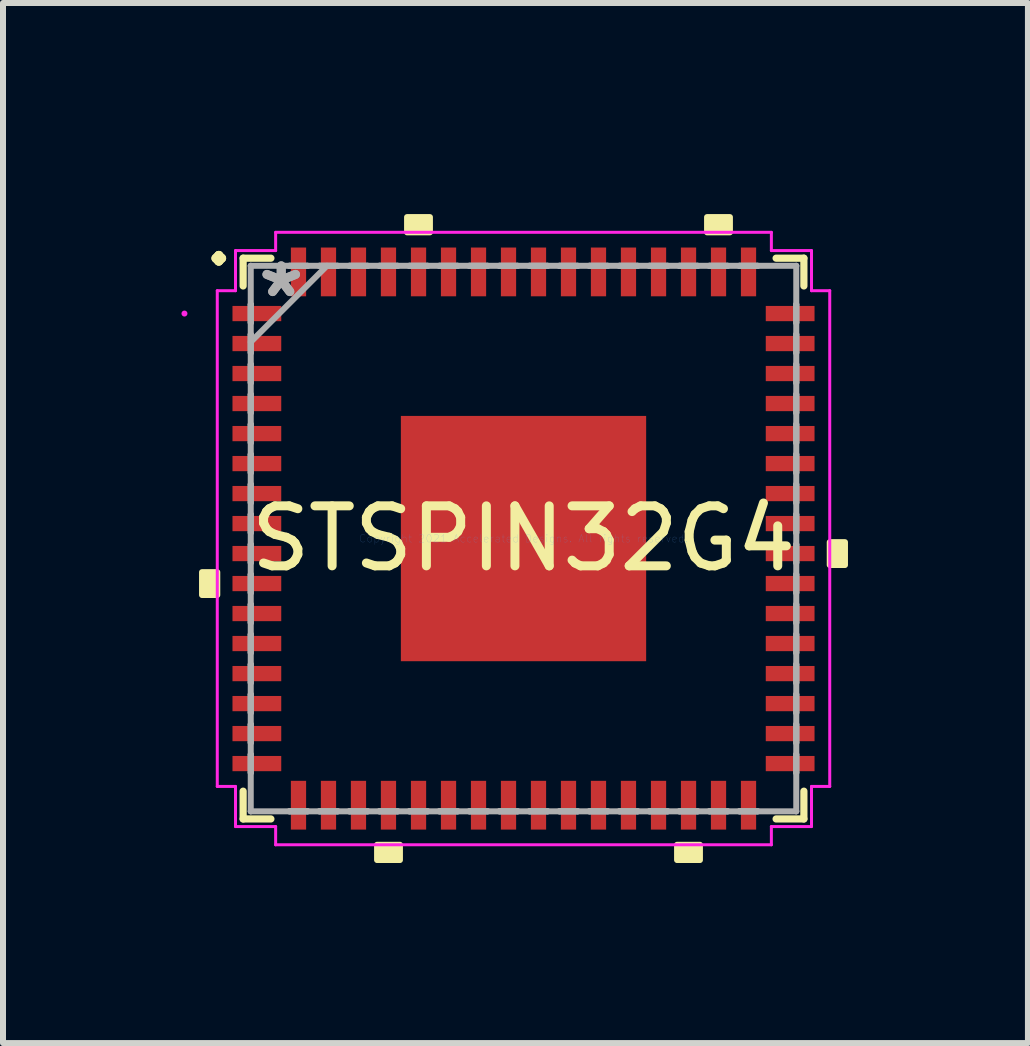
<source format=kicad_pcb>
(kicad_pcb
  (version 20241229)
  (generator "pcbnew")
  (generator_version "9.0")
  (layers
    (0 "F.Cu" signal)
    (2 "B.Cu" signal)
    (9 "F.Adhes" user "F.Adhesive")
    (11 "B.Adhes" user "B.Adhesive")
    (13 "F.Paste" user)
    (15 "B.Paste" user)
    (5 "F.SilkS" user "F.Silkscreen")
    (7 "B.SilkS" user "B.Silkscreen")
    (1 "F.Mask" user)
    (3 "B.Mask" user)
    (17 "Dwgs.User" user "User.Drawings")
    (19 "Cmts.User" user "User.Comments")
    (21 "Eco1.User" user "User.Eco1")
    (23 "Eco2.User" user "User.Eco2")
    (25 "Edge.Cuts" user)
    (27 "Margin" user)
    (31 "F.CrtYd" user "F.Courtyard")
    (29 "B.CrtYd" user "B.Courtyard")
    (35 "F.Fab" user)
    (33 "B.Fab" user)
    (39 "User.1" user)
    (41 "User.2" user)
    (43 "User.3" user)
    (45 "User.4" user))
  (footprint "STSPIN32G4"
    (layer "F.Cu")
    (at 5.677 5.928)
    (property "Reference" "STSPIN32G4" (at 0 0 0) (layer "F.SilkS") (effects (font (size 1 1) (thickness 0.15))))
    (attr through_hole)
    (fp_line (start -4.674 -4.674) (end -4.674 -4.211) (stroke (width 0.12) (type solid)) (layer "F.SilkS"))
    (fp_line (start -4.674 4.211) (end -4.674 4.674) (stroke (width 0.12) (type solid)) (layer "F.SilkS"))
    (fp_line (start -4.674 4.674) (end -4.211 4.674) (stroke (width 0.12) (type solid)) (layer "F.SilkS"))
    (fp_line (start -4.211 -4.674) (end -4.674 -4.674) (stroke (width 0.12) (type solid)) (layer "F.SilkS"))
    (fp_line (start 4.211 4.674) (end 4.674 4.674) (stroke (width 0.12) (type solid)) (layer "F.SilkS"))
    (fp_line (start 4.674 -4.674) (end 4.211 -4.674) (stroke (width 0.12) (type solid)) (layer "F.SilkS"))
    (fp_line (start 4.674 -4.211) (end 4.674 -4.674) (stroke (width 0.12) (type solid)) (layer "F.SilkS"))
    (fp_line (start 4.674 4.674) (end 4.674 4.211) (stroke (width 0.12) (type solid)) (layer "F.SilkS"))
    (fp_poly (pts (xy -5.359 0.56) (xy -5.359 0.941) (xy -5.105 0.941) (xy -5.105 0.56)) (stroke (width 0.1) (type solid)) (fill yes) (layer "F.SilkS"))
    (fp_poly (pts (xy -2.441 5.105) (xy -2.441 5.359) (xy -2.06 5.359) (xy -2.06 5.105)) (stroke (width 0.1) (type solid)) (fill yes) (layer "F.SilkS"))
    (fp_poly (pts (xy -1.941 -5.105) (xy -1.941 -5.359) (xy -1.56 -5.359) (xy -1.56 -5.105)) (stroke (width 0.1) (type solid)) (fill yes) (layer "F.SilkS"))
    (fp_poly (pts (xy 2.56 5.105) (xy 2.56 5.359) (xy 2.941 5.359) (xy 2.941 5.105)) (stroke (width 0.1) (type solid)) (fill yes) (layer "F.SilkS"))
    (fp_poly (pts (xy 3.06 -5.105) (xy 3.06 -5.359) (xy 3.441 -5.359) (xy 3.441 -5.105)) (stroke (width 0.1) (type solid)) (fill yes) (layer "F.SilkS"))
    (fp_poly (pts (xy 5.359 0.06) (xy 5.359 0.441) (xy 5.105 0.441) (xy 5.105 0.06)) (stroke (width 0.1) (type solid)) (fill yes) (layer "F.SilkS"))
    (fp_poly (pts (xy -1.945 -1.945) (xy -1.945 -0.782) (xy -0.782 -0.782) (xy -0.782 -1.945)) (stroke (width 0.1) (type solid)) (fill yes) (layer "F.Paste"))
    (fp_poly (pts (xy -1.945 -0.582) (xy -1.945 0.582) (xy -0.782 0.582) (xy -0.782 -0.582)) (stroke (width 0.1) (type solid)) (fill yes) (layer "F.Paste"))
    (fp_poly (pts (xy -1.945 0.782) (xy -1.945 1.945) (xy -0.782 1.945) (xy -0.782 0.782)) (stroke (width 0.1) (type solid)) (fill yes) (layer "F.Paste"))
    (fp_poly (pts (xy -0.582 -1.945) (xy -0.582 -0.782) (xy 0.582 -0.782) (xy 0.582 -1.945)) (stroke (width 0.1) (type solid)) (fill yes) (layer "F.Paste"))
    (fp_poly (pts (xy -0.582 -0.582) (xy -0.582 0.582) (xy 0.582 0.582) (xy 0.582 -0.582)) (stroke (width 0.1) (type solid)) (fill yes) (layer "F.Paste"))
    (fp_poly (pts (xy -0.582 0.782) (xy -0.582 1.945) (xy 0.582 1.945) (xy 0.582 0.782)) (stroke (width 0.1) (type solid)) (fill yes) (layer "F.Paste"))
    (fp_poly (pts (xy 0.782 -1.945) (xy 0.782 -0.782) (xy 1.945 -0.782) (xy 1.945 -1.945)) (stroke (width 0.1) (type solid)) (fill yes) (layer "F.Paste"))
    (fp_poly (pts (xy 0.782 -0.582) (xy 0.782 0.582) (xy 1.945 0.582) (xy 1.945 -0.582)) (stroke (width 0.1) (type solid)) (fill yes) (layer "F.Paste"))
    (fp_poly (pts (xy 0.782 0.782) (xy 0.782 1.945) (xy 1.945 1.945) (xy 1.945 0.782)) (stroke (width 0.1) (type solid)) (fill yes) (layer "F.Paste"))
    (fp_line (start -5.105 -4.132) (end -4.801 -4.132) (stroke (width 0.05) (type solid)) (layer "F.CrtYd"))
    (fp_line (start -5.105 4.132) (end -5.105 -4.132) (stroke (width 0.05) (type solid)) (layer "F.CrtYd"))
    (fp_line (start -4.801 -4.801) (end -4.132 -4.801) (stroke (width 0.05) (type solid)) (layer "F.CrtYd"))
    (fp_line (start -4.801 -4.132) (end -4.801 -4.801) (stroke (width 0.05) (type solid)) (layer "F.CrtYd"))
    (fp_line (start -4.801 4.132) (end -5.105 4.132) (stroke (width 0.05) (type solid)) (layer "F.CrtYd"))
    (fp_line (start -4.801 4.801) (end -4.801 4.132) (stroke (width 0.05) (type solid)) (layer "F.CrtYd"))
    (fp_line (start -4.132 -5.105) (end 4.132 -5.105) (stroke (width 0.05) (type solid)) (layer "F.CrtYd"))
    (fp_line (start -4.132 -4.801) (end -4.132 -5.105) (stroke (width 0.05) (type solid)) (layer "F.CrtYd"))
    (fp_line (start -4.132 4.801) (end -4.801 4.801) (stroke (width 0.05) (type solid)) (layer "F.CrtYd"))
    (fp_line (start -4.132 5.105) (end -4.132 4.801) (stroke (width 0.05) (type solid)) (layer "F.CrtYd"))
    (fp_line (start 4.132 -5.105) (end 4.132 -4.801) (stroke (width 0.05) (type solid)) (layer "F.CrtYd"))
    (fp_line (start 4.132 -4.801) (end 4.801 -4.801) (stroke (width 0.05) (type solid)) (layer "F.CrtYd"))
    (fp_line (start 4.132 4.801) (end 4.132 5.105) (stroke (width 0.05) (type solid)) (layer "F.CrtYd"))
    (fp_line (start 4.132 5.105) (end -4.132 5.105) (stroke (width 0.05) (type solid)) (layer "F.CrtYd"))
    (fp_line (start 4.801 -4.801) (end 4.801 -4.132) (stroke (width 0.05) (type solid)) (layer "F.CrtYd"))
    (fp_line (start 4.801 -4.132) (end 5.105 -4.132) (stroke (width 0.05) (type solid)) (layer "F.CrtYd"))
    (fp_line (start 4.801 4.132) (end 4.801 4.801) (stroke (width 0.05) (type solid)) (layer "F.CrtYd"))
    (fp_line (start 4.801 4.801) (end 4.132 4.801) (stroke (width 0.05) (type solid)) (layer "F.CrtYd"))
    (fp_line (start 5.105 -4.132) (end 5.105 4.132) (stroke (width 0.05) (type solid)) (layer "F.CrtYd"))
    (fp_line (start 5.105 4.132) (end 4.801 4.132) (stroke (width 0.05) (type solid)) (layer "F.CrtYd"))
    (fp_circle (center -5.652 -3.751) (end -5.652 -3.751) (stroke (width 0.05) (type solid)) (fill no) (layer "F.CrtYd"))
    (fp_line (start -4.547 -4.547) (end -4.547 -4.547) (stroke (width 0.1) (type solid)) (layer "F.Fab"))
    (fp_line (start -4.547 -4.547) (end -4.547 4.547) (stroke (width 0.1) (type solid)) (layer "F.Fab"))
    (fp_line (start -4.547 -3.903) (end -4.547 -3.903) (stroke (width 0.1) (type solid)) (layer "F.Fab"))
    (fp_line (start -4.547 -3.903) (end -4.547 -3.599) (stroke (width 0.1) (type solid)) (layer "F.Fab"))
    (fp_line (start -4.547 -3.599) (end -4.547 -3.903) (stroke (width 0.1) (type solid)) (layer "F.Fab"))
    (fp_line (start -4.547 -3.599) (end -4.547 -3.599) (stroke (width 0.1) (type solid)) (layer "F.Fab"))
    (fp_line (start -4.547 -3.403) (end -4.547 -3.403) (stroke (width 0.1) (type solid)) (layer "F.Fab"))
    (fp_line (start -4.547 -3.403) (end -4.547 -3.098) (stroke (width 0.1) (type solid)) (layer "F.Fab"))
    (fp_line (start -4.547 -3.277) (end -3.277 -4.547) (stroke (width 0.1) (type solid)) (layer "F.Fab"))
    (fp_line (start -4.547 -3.098) (end -4.547 -3.403) (stroke (width 0.1) (type solid)) (layer "F.Fab"))
    (fp_line (start -4.547 -3.098) (end -4.547 -3.098) (stroke (width 0.1) (type solid)) (layer "F.Fab"))
    (fp_line (start -4.547 -2.903) (end -4.547 -2.903) (stroke (width 0.1) (type solid)) (layer "F.Fab"))
    (fp_line (start -4.547 -2.903) (end -4.547 -2.598) (stroke (width 0.1) (type solid)) (layer "F.Fab"))
    (fp_line (start -4.547 -2.598) (end -4.547 -2.903) (stroke (width 0.1) (type solid)) (layer "F.Fab"))
    (fp_line (start -4.547 -2.598) (end -4.547 -2.598) (stroke (width 0.1) (type solid)) (layer "F.Fab"))
    (fp_line (start -4.547 -2.403) (end -4.547 -2.403) (stroke (width 0.1) (type solid)) (layer "F.Fab"))
    (fp_line (start -4.547 -2.403) (end -4.547 -2.098) (stroke (width 0.1) (type solid)) (layer "F.Fab"))
    (fp_line (start -4.547 -2.098) (end -4.547 -2.403) (stroke (width 0.1) (type solid)) (layer "F.Fab"))
    (fp_line (start -4.547 -2.098) (end -4.547 -2.098) (stroke (width 0.1) (type solid)) (layer "F.Fab"))
    (fp_line (start -4.547 -1.903) (end -4.547 -1.903) (stroke (width 0.1) (type solid)) (layer "F.Fab"))
    (fp_line (start -4.547 -1.903) (end -4.547 -1.598) (stroke (width 0.1) (type solid)) (layer "F.Fab"))
    (fp_line (start -4.547 -1.598) (end -4.547 -1.903) (stroke (width 0.1) (type solid)) (layer "F.Fab"))
    (fp_line (start -4.547 -1.598) (end -4.547 -1.598) (stroke (width 0.1) (type solid)) (layer "F.Fab"))
    (fp_line (start -4.547 -1.403) (end -4.547 -1.403) (stroke (width 0.1) (type solid)) (layer "F.Fab"))
    (fp_line (start -4.547 -1.403) (end -4.547 -1.098) (stroke (width 0.1) (type solid)) (layer "F.Fab"))
    (fp_line (start -4.547 -1.098) (end -4.547 -1.403) (stroke (width 0.1) (type solid)) (layer "F.Fab"))
    (fp_line (start -4.547 -1.098) (end -4.547 -1.098) (stroke (width 0.1) (type solid)) (layer "F.Fab"))
    (fp_line (start -4.547 -0.903) (end -4.547 -0.903) (stroke (width 0.1) (type solid)) (layer "F.Fab"))
    (fp_line (start -4.547 -0.903) (end -4.547 -0.598) (stroke (width 0.1) (type solid)) (layer "F.Fab"))
    (fp_line (start -4.547 -0.598) (end -4.547 -0.903) (stroke (width 0.1) (type solid)) (layer "F.Fab"))
    (fp_line (start -4.547 -0.598) (end -4.547 -0.598) (stroke (width 0.1) (type solid)) (layer "F.Fab"))
    (fp_line (start -4.547 -0.402) (end -4.547 -0.402) (stroke (width 0.1) (type solid)) (layer "F.Fab"))
    (fp_line (start -4.547 -0.402) (end -4.547 -0.098) (stroke (width 0.1) (type solid)) (layer "F.Fab"))
    (fp_line (start -4.547 -0.098) (end -4.547 -0.402) (stroke (width 0.1) (type solid)) (layer "F.Fab"))
    (fp_line (start -4.547 -0.098) (end -4.547 -0.098) (stroke (width 0.1) (type solid)) (layer "F.Fab"))
    (fp_line (start -4.547 0.098) (end -4.547 0.098) (stroke (width 0.1) (type solid)) (layer "F.Fab"))
    (fp_line (start -4.547 0.098) (end -4.547 0.402) (stroke (width 0.1) (type solid)) (layer "F.Fab"))
    (fp_line (start -4.547 0.402) (end -4.547 0.098) (stroke (width 0.1) (type solid)) (layer "F.Fab"))
    (fp_line (start -4.547 0.402) (end -4.547 0.402) (stroke (width 0.1) (type solid)) (layer "F.Fab"))
    (fp_line (start -4.547 0.598) (end -4.547 0.598) (stroke (width 0.1) (type solid)) (layer "F.Fab"))
    (fp_line (start -4.547 0.598) (end -4.547 0.903) (stroke (width 0.1) (type solid)) (layer "F.Fab"))
    (fp_line (start -4.547 0.903) (end -4.547 0.598) (stroke (width 0.1) (type solid)) (layer "F.Fab"))
    (fp_line (start -4.547 0.903) (end -4.547 0.903) (stroke (width 0.1) (type solid)) (layer "F.Fab"))
    (fp_line (start -4.547 1.098) (end -4.547 1.098) (stroke (width 0.1) (type solid)) (layer "F.Fab"))
    (fp_line (start -4.547 1.098) (end -4.547 1.403) (stroke (width 0.1) (type solid)) (layer "F.Fab"))
    (fp_line (start -4.547 1.403) (end -4.547 1.098) (stroke (width 0.1) (type solid)) (layer "F.Fab"))
    (fp_line (start -4.547 1.403) (end -4.547 1.403) (stroke (width 0.1) (type solid)) (layer "F.Fab"))
    (fp_line (start -4.547 1.598) (end -4.547 1.598) (stroke (width 0.1) (type solid)) (layer "F.Fab"))
    (fp_line (start -4.547 1.598) (end -4.547 1.903) (stroke (width 0.1) (type solid)) (layer "F.Fab"))
    (fp_line (start -4.547 1.903) (end -4.547 1.598) (stroke (width 0.1) (type solid)) (layer "F.Fab"))
    (fp_line (start -4.547 1.903) (end -4.547 1.903) (stroke (width 0.1) (type solid)) (layer "F.Fab"))
    (fp_line (start -4.547 2.098) (end -4.547 2.098) (stroke (width 0.1) (type solid)) (layer "F.Fab"))
    (fp_line (start -4.547 2.098) (end -4.547 2.403) (stroke (width 0.1) (type solid)) (layer "F.Fab"))
    (fp_line (start -4.547 2.403) (end -4.547 2.098) (stroke (width 0.1) (type solid)) (layer "F.Fab"))
    (fp_line (start -4.547 2.403) (end -4.547 2.403) (stroke (width 0.1) (type solid)) (layer "F.Fab"))
    (fp_line (start -4.547 2.598) (end -4.547 2.598) (stroke (width 0.1) (type solid)) (layer "F.Fab"))
    (fp_line (start -4.547 2.598) (end -4.547 2.903) (stroke (width 0.1) (type solid)) (layer "F.Fab"))
    (fp_line (start -4.547 2.903) (end -4.547 2.598) (stroke (width 0.1) (type solid)) (layer "F.Fab"))
    (fp_line (start -4.547 2.903) (end -4.547 2.903) (stroke (width 0.1) (type solid)) (layer "F.Fab"))
    (fp_line (start -4.547 3.098) (end -4.547 3.098) (stroke (width 0.1) (type solid)) (layer "F.Fab"))
    (fp_line (start -4.547 3.098) (end -4.547 3.403) (stroke (width 0.1) (type solid)) (layer "F.Fab"))
    (fp_line (start -4.547 3.403) (end -4.547 3.098) (stroke (width 0.1) (type solid)) (layer "F.Fab"))
    (fp_line (start -4.547 3.403) (end -4.547 3.403) (stroke (width 0.1) (type solid)) (layer "F.Fab"))
    (fp_line (start -4.547 3.599) (end -4.547 3.599) (stroke (width 0.1) (type solid)) (layer "F.Fab"))
    (fp_line (start -4.547 3.599) (end -4.547 3.903) (stroke (width 0.1) (type solid)) (layer "F.Fab"))
    (fp_line (start -4.547 3.903) (end -4.547 3.599) (stroke (width 0.1) (type solid)) (layer "F.Fab"))
    (fp_line (start -4.547 3.903) (end -4.547 3.903) (stroke (width 0.1) (type solid)) (layer "F.Fab"))
    (fp_line (start -4.547 4.547) (end -4.547 4.547) (stroke (width 0.1) (type solid)) (layer "F.Fab"))
    (fp_line (start -4.547 4.547) (end 4.547 4.547) (stroke (width 0.1) (type solid)) (layer "F.Fab"))
    (fp_line (start -3.903 -4.547) (end -3.903 -4.547) (stroke (width 0.1) (type solid)) (layer "F.Fab"))
    (fp_line (start -3.903 -4.547) (end -3.599 -4.547) (stroke (width 0.1) (type solid)) (layer "F.Fab"))
    (fp_line (start -3.903 4.547) (end -3.903 4.547) (stroke (width 0.1) (type solid)) (layer "F.Fab"))
    (fp_line (start -3.903 4.547) (end -3.599 4.547) (stroke (width 0.1) (type solid)) (layer "F.Fab"))
    (fp_line (start -3.599 -4.547) (end -3.903 -4.547) (stroke (width 0.1) (type solid)) (layer "F.Fab"))
    (fp_line (start -3.599 -4.547) (end -3.599 -4.547) (stroke (width 0.1) (type solid)) (layer "F.Fab"))
    (fp_line (start -3.599 4.547) (end -3.903 4.547) (stroke (width 0.1) (type solid)) (layer "F.Fab"))
    (fp_line (start -3.599 4.547) (end -3.599 4.547) (stroke (width 0.1) (type solid)) (layer "F.Fab"))
    (fp_line (start -3.403 -4.547) (end -3.403 -4.547) (stroke (width 0.1) (type solid)) (layer "F.Fab"))
    (fp_line (start -3.403 -4.547) (end -3.098 -4.547) (stroke (width 0.1) (type solid)) (layer "F.Fab"))
    (fp_line (start -3.403 4.547) (end -3.403 4.547) (stroke (width 0.1) (type solid)) (layer "F.Fab"))
    (fp_line (start -3.403 4.547) (end -3.098 4.547) (stroke (width 0.1) (type solid)) (layer "F.Fab"))
    (fp_line (start -3.098 -4.547) (end -3.403 -4.547) (stroke (width 0.1) (type solid)) (layer "F.Fab"))
    (fp_line (start -3.098 -4.547) (end -3.098 -4.547) (stroke (width 0.1) (type solid)) (layer "F.Fab"))
    (fp_line (start -3.098 4.547) (end -3.403 4.547) (stroke (width 0.1) (type solid)) (layer "F.Fab"))
    (fp_line (start -3.098 4.547) (end -3.098 4.547) (stroke (width 0.1) (type solid)) (layer "F.Fab"))
    (fp_line (start -2.903 -4.547) (end -2.903 -4.547) (stroke (width 0.1) (type solid)) (layer "F.Fab"))
    (fp_line (start -2.903 -4.547) (end -2.598 -4.547) (stroke (width 0.1) (type solid)) (layer "F.Fab"))
    (fp_line (start -2.903 4.547) (end -2.903 4.547) (stroke (width 0.1) (type solid)) (layer "F.Fab"))
    (fp_line (start -2.903 4.547) (end -2.598 4.547) (stroke (width 0.1) (type solid)) (layer "F.Fab"))
    (fp_line (start -2.598 -4.547) (end -2.903 -4.547) (stroke (width 0.1) (type solid)) (layer "F.Fab"))
    (fp_line (start -2.598 -4.547) (end -2.598 -4.547) (stroke (width 0.1) (type solid)) (layer "F.Fab"))
    (fp_line (start -2.598 4.547) (end -2.903 4.547) (stroke (width 0.1) (type solid)) (layer "F.Fab"))
    (fp_line (start -2.598 4.547) (end -2.598 4.547) (stroke (width 0.1) (type solid)) (layer "F.Fab"))
    (fp_line (start -2.403 -4.547) (end -2.403 -4.547) (stroke (width 0.1) (type solid)) (layer "F.Fab"))
    (fp_line (start -2.403 -4.547) (end -2.098 -4.547) (stroke (width 0.1) (type solid)) (layer "F.Fab"))
    (fp_line (start -2.403 4.547) (end -2.403 4.547) (stroke (width 0.1) (type solid)) (layer "F.Fab"))
    (fp_line (start -2.403 4.547) (end -2.098 4.547) (stroke (width 0.1) (type solid)) (layer "F.Fab"))
    (fp_line (start -2.098 -4.547) (end -2.403 -4.547) (stroke (width 0.1) (type solid)) (layer "F.Fab"))
    (fp_line (start -2.098 -4.547) (end -2.098 -4.547) (stroke (width 0.1) (type solid)) (layer "F.Fab"))
    (fp_line (start -2.098 4.547) (end -2.403 4.547) (stroke (width 0.1) (type solid)) (layer "F.Fab"))
    (fp_line (start -2.098 4.547) (end -2.098 4.547) (stroke (width 0.1) (type solid)) (layer "F.Fab"))
    (fp_line (start -1.903 -4.547) (end -1.903 -4.547) (stroke (width 0.1) (type solid)) (layer "F.Fab"))
    (fp_line (start -1.903 -4.547) (end -1.598 -4.547) (stroke (width 0.1) (type solid)) (layer "F.Fab"))
    (fp_line (start -1.903 4.547) (end -1.903 4.547) (stroke (width 0.1) (type solid)) (layer "F.Fab"))
    (fp_line (start -1.903 4.547) (end -1.598 4.547) (stroke (width 0.1) (type solid)) (layer "F.Fab"))
    (fp_line (start -1.598 -4.547) (end -1.903 -4.547) (stroke (width 0.1) (type solid)) (layer "F.Fab"))
    (fp_line (start -1.598 -4.547) (end -1.598 -4.547) (stroke (width 0.1) (type solid)) (layer "F.Fab"))
    (fp_line (start -1.598 4.547) (end -1.903 4.547) (stroke (width 0.1) (type solid)) (layer "F.Fab"))
    (fp_line (start -1.598 4.547) (end -1.598 4.547) (stroke (width 0.1) (type solid)) (layer "F.Fab"))
    (fp_line (start -1.403 -4.547) (end -1.403 -4.547) (stroke (width 0.1) (type solid)) (layer "F.Fab"))
    (fp_line (start -1.403 -4.547) (end -1.098 -4.547) (stroke (width 0.1) (type solid)) (layer "F.Fab"))
    (fp_line (start -1.403 4.547) (end -1.403 4.547) (stroke (width 0.1) (type solid)) (layer "F.Fab"))
    (fp_line (start -1.403 4.547) (end -1.098 4.547) (stroke (width 0.1) (type solid)) (layer "F.Fab"))
    (fp_line (start -1.098 -4.547) (end -1.403 -4.547) (stroke (width 0.1) (type solid)) (layer "F.Fab"))
    (fp_line (start -1.098 -4.547) (end -1.098 -4.547) (stroke (width 0.1) (type solid)) (layer "F.Fab"))
    (fp_line (start -1.098 4.547) (end -1.403 4.547) (stroke (width 0.1) (type solid)) (layer "F.Fab"))
    (fp_line (start -1.098 4.547) (end -1.098 4.547) (stroke (width 0.1) (type solid)) (layer "F.Fab"))
    (fp_line (start -0.903 -4.547) (end -0.903 -4.547) (stroke (width 0.1) (type solid)) (layer "F.Fab"))
    (fp_line (start -0.903 -4.547) (end -0.598 -4.547) (stroke (width 0.1) (type solid)) (layer "F.Fab"))
    (fp_line (start -0.903 4.547) (end -0.903 4.547) (stroke (width 0.1) (type solid)) (layer "F.Fab"))
    (fp_line (start -0.903 4.547) (end -0.598 4.547) (stroke (width 0.1) (type solid)) (layer "F.Fab"))
    (fp_line (start -0.598 -4.547) (end -0.903 -4.547) (stroke (width 0.1) (type solid)) (layer "F.Fab"))
    (fp_line (start -0.598 -4.547) (end -0.598 -4.547) (stroke (width 0.1) (type solid)) (layer "F.Fab"))
    (fp_line (start -0.598 4.547) (end -0.903 4.547) (stroke (width 0.1) (type solid)) (layer "F.Fab"))
    (fp_line (start -0.598 4.547) (end -0.598 4.547) (stroke (width 0.1) (type solid)) (layer "F.Fab"))
    (fp_line (start -0.402 -4.547) (end -0.402 -4.547) (stroke (width 0.1) (type solid)) (layer "F.Fab"))
    (fp_line (start -0.402 -4.547) (end -0.098 -4.547) (stroke (width 0.1) (type solid)) (layer "F.Fab"))
    (fp_line (start -0.402 4.547) (end -0.402 4.547) (stroke (width 0.1) (type solid)) (layer "F.Fab"))
    (fp_line (start -0.402 4.547) (end -0.098 4.547) (stroke (width 0.1) (type solid)) (layer "F.Fab"))
    (fp_line (start -0.098 -4.547) (end -0.402 -4.547) (stroke (width 0.1) (type solid)) (layer "F.Fab"))
    (fp_line (start -0.098 -4.547) (end -0.098 -4.547) (stroke (width 0.1) (type solid)) (layer "F.Fab"))
    (fp_line (start -0.098 4.547) (end -0.402 4.547) (stroke (width 0.1) (type solid)) (layer "F.Fab"))
    (fp_line (start -0.098 4.547) (end -0.098 4.547) (stroke (width 0.1) (type solid)) (layer "F.Fab"))
    (fp_line (start 0.098 -4.547) (end 0.098 -4.547) (stroke (width 0.1) (type solid)) (layer "F.Fab"))
    (fp_line (start 0.098 -4.547) (end 0.402 -4.547) (stroke (width 0.1) (type solid)) (layer "F.Fab"))
    (fp_line (start 0.098 4.547) (end 0.098 4.547) (stroke (width 0.1) (type solid)) (layer "F.Fab"))
    (fp_line (start 0.098 4.547) (end 0.402 4.547) (stroke (width 0.1) (type solid)) (layer "F.Fab"))
    (fp_line (start 0.402 -4.547) (end 0.098 -4.547) (stroke (width 0.1) (type solid)) (layer "F.Fab"))
    (fp_line (start 0.402 -4.547) (end 0.402 -4.547) (stroke (width 0.1) (type solid)) (layer "F.Fab"))
    (fp_line (start 0.402 4.547) (end 0.098 4.547) (stroke (width 0.1) (type solid)) (layer "F.Fab"))
    (fp_line (start 0.402 4.547) (end 0.402 4.547) (stroke (width 0.1) (type solid)) (layer "F.Fab"))
    (fp_line (start 0.598 -4.547) (end 0.598 -4.547) (stroke (width 0.1) (type solid)) (layer "F.Fab"))
    (fp_line (start 0.598 -4.547) (end 0.903 -4.547) (stroke (width 0.1) (type solid)) (layer "F.Fab"))
    (fp_line (start 0.598 4.547) (end 0.598 4.547) (stroke (width 0.1) (type solid)) (layer "F.Fab"))
    (fp_line (start 0.598 4.547) (end 0.903 4.547) (stroke (width 0.1) (type solid)) (layer "F.Fab"))
    (fp_line (start 0.903 -4.547) (end 0.598 -4.547) (stroke (width 0.1) (type solid)) (layer "F.Fab"))
    (fp_line (start 0.903 -4.547) (end 0.903 -4.547) (stroke (width 0.1) (type solid)) (layer "F.Fab"))
    (fp_line (start 0.903 4.547) (end 0.598 4.547) (stroke (width 0.1) (type solid)) (layer "F.Fab"))
    (fp_line (start 0.903 4.547) (end 0.903 4.547) (stroke (width 0.1) (type solid)) (layer "F.Fab"))
    (fp_line (start 1.098 -4.547) (end 1.098 -4.547) (stroke (width 0.1) (type solid)) (layer "F.Fab"))
    (fp_line (start 1.098 -4.547) (end 1.403 -4.547) (stroke (width 0.1) (type solid)) (layer "F.Fab"))
    (fp_line (start 1.098 4.547) (end 1.098 4.547) (stroke (width 0.1) (type solid)) (layer "F.Fab"))
    (fp_line (start 1.098 4.547) (end 1.403 4.547) (stroke (width 0.1) (type solid)) (layer "F.Fab"))
    (fp_line (start 1.403 -4.547) (end 1.098 -4.547) (stroke (width 0.1) (type solid)) (layer "F.Fab"))
    (fp_line (start 1.403 -4.547) (end 1.403 -4.547) (stroke (width 0.1) (type solid)) (layer "F.Fab"))
    (fp_line (start 1.403 4.547) (end 1.098 4.547) (stroke (width 0.1) (type solid)) (layer "F.Fab"))
    (fp_line (start 1.403 4.547) (end 1.403 4.547) (stroke (width 0.1) (type solid)) (layer "F.Fab"))
    (fp_line (start 1.598 -4.547) (end 1.598 -4.547) (stroke (width 0.1) (type solid)) (layer "F.Fab"))
    (fp_line (start 1.598 -4.547) (end 1.903 -4.547) (stroke (width 0.1) (type solid)) (layer "F.Fab"))
    (fp_line (start 1.598 4.547) (end 1.598 4.547) (stroke (width 0.1) (type solid)) (layer "F.Fab"))
    (fp_line (start 1.598 4.547) (end 1.903 4.547) (stroke (width 0.1) (type solid)) (layer "F.Fab"))
    (fp_line (start 1.903 -4.547) (end 1.598 -4.547) (stroke (width 0.1) (type solid)) (layer "F.Fab"))
    (fp_line (start 1.903 -4.547) (end 1.903 -4.547) (stroke (width 0.1) (type solid)) (layer "F.Fab"))
    (fp_line (start 1.903 4.547) (end 1.598 4.547) (stroke (width 0.1) (type solid)) (layer "F.Fab"))
    (fp_line (start 1.903 4.547) (end 1.903 4.547) (stroke (width 0.1) (type solid)) (layer "F.Fab"))
    (fp_line (start 2.098 -4.547) (end 2.098 -4.547) (stroke (width 0.1) (type solid)) (layer "F.Fab"))
    (fp_line (start 2.098 -4.547) (end 2.403 -4.547) (stroke (width 0.1) (type solid)) (layer "F.Fab"))
    (fp_line (start 2.098 4.547) (end 2.098 4.547) (stroke (width 0.1) (type solid)) (layer "F.Fab"))
    (fp_line (start 2.098 4.547) (end 2.403 4.547) (stroke (width 0.1) (type solid)) (layer "F.Fab"))
    (fp_line (start 2.403 -4.547) (end 2.098 -4.547) (stroke (width 0.1) (type solid)) (layer "F.Fab"))
    (fp_line (start 2.403 -4.547) (end 2.403 -4.547) (stroke (width 0.1) (type solid)) (layer "F.Fab"))
    (fp_line (start 2.403 4.547) (end 2.098 4.547) (stroke (width 0.1) (type solid)) (layer "F.Fab"))
    (fp_line (start 2.403 4.547) (end 2.403 4.547) (stroke (width 0.1) (type solid)) (layer "F.Fab"))
    (fp_line (start 2.598 -4.547) (end 2.598 -4.547) (stroke (width 0.1) (type solid)) (layer "F.Fab"))
    (fp_line (start 2.598 -4.547) (end 2.903 -4.547) (stroke (width 0.1) (type solid)) (layer "F.Fab"))
    (fp_line (start 2.598 4.547) (end 2.598 4.547) (stroke (width 0.1) (type solid)) (layer "F.Fab"))
    (fp_line (start 2.598 4.547) (end 2.903 4.547) (stroke (width 0.1) (type solid)) (layer "F.Fab"))
    (fp_line (start 2.903 -4.547) (end 2.598 -4.547) (stroke (width 0.1) (type solid)) (layer "F.Fab"))
    (fp_line (start 2.903 -4.547) (end 2.903 -4.547) (stroke (width 0.1) (type solid)) (layer "F.Fab"))
    (fp_line (start 2.903 4.547) (end 2.598 4.547) (stroke (width 0.1) (type solid)) (layer "F.Fab"))
    (fp_line (start 2.903 4.547) (end 2.903 4.547) (stroke (width 0.1) (type solid)) (layer "F.Fab"))
    (fp_line (start 3.098 -4.547) (end 3.098 -4.547) (stroke (width 0.1) (type solid)) (layer "F.Fab"))
    (fp_line (start 3.098 -4.547) (end 3.403 -4.547) (stroke (width 0.1) (type solid)) (layer "F.Fab"))
    (fp_line (start 3.098 4.547) (end 3.098 4.547) (stroke (width 0.1) (type solid)) (layer "F.Fab"))
    (fp_line (start 3.098 4.547) (end 3.403 4.547) (stroke (width 0.1) (type solid)) (layer "F.Fab"))
    (fp_line (start 3.403 -4.547) (end 3.098 -4.547) (stroke (width 0.1) (type solid)) (layer "F.Fab"))
    (fp_line (start 3.403 -4.547) (end 3.403 -4.547) (stroke (width 0.1) (type solid)) (layer "F.Fab"))
    (fp_line (start 3.403 4.547) (end 3.098 4.547) (stroke (width 0.1) (type solid)) (layer "F.Fab"))
    (fp_line (start 3.403 4.547) (end 3.403 4.547) (stroke (width 0.1) (type solid)) (layer "F.Fab"))
    (fp_line (start 3.599 -4.547) (end 3.599 -4.547) (stroke (width 0.1) (type solid)) (layer "F.Fab"))
    (fp_line (start 3.599 -4.547) (end 3.903 -4.547) (stroke (width 0.1) (type solid)) (layer "F.Fab"))
    (fp_line (start 3.599 4.547) (end 3.599 4.547) (stroke (width 0.1) (type solid)) (layer "F.Fab"))
    (fp_line (start 3.599 4.547) (end 3.903 4.547) (stroke (width 0.1) (type solid)) (layer "F.Fab"))
    (fp_line (start 3.903 -4.547) (end 3.599 -4.547) (stroke (width 0.1) (type solid)) (layer "F.Fab"))
    (fp_line (start 3.903 -4.547) (end 3.903 -4.547) (stroke (width 0.1) (type solid)) (layer "F.Fab"))
    (fp_line (start 3.903 4.547) (end 3.599 4.547) (stroke (width 0.1) (type solid)) (layer "F.Fab"))
    (fp_line (start 3.903 4.547) (end 3.903 4.547) (stroke (width 0.1) (type solid)) (layer "F.Fab"))
    (fp_line (start 4.547 -4.547) (end -4.547 -4.547) (stroke (width 0.1) (type solid)) (layer "F.Fab"))
    (fp_line (start 4.547 -4.547) (end 4.547 -4.547) (stroke (width 0.1) (type solid)) (layer "F.Fab"))
    (fp_line (start 4.547 -3.903) (end 4.547 -3.903) (stroke (width 0.1) (type solid)) (layer "F.Fab"))
    (fp_line (start 4.547 -3.903) (end 4.547 -3.599) (stroke (width 0.1) (type solid)) (layer "F.Fab"))
    (fp_line (start 4.547 -3.599) (end 4.547 -3.903) (stroke (width 0.1) (type solid)) (layer "F.Fab"))
    (fp_line (start 4.547 -3.599) (end 4.547 -3.599) (stroke (width 0.1) (type solid)) (layer "F.Fab"))
    (fp_line (start 4.547 -3.403) (end 4.547 -3.403) (stroke (width 0.1) (type solid)) (layer "F.Fab"))
    (fp_line (start 4.547 -3.403) (end 4.547 -3.098) (stroke (width 0.1) (type solid)) (layer "F.Fab"))
    (fp_line (start 4.547 -3.098) (end 4.547 -3.403) (stroke (width 0.1) (type solid)) (layer "F.Fab"))
    (fp_line (start 4.547 -3.098) (end 4.547 -3.098) (stroke (width 0.1) (type solid)) (layer "F.Fab"))
    (fp_line (start 4.547 -2.903) (end 4.547 -2.903) (stroke (width 0.1) (type solid)) (layer "F.Fab"))
    (fp_line (start 4.547 -2.903) (end 4.547 -2.598) (stroke (width 0.1) (type solid)) (layer "F.Fab"))
    (fp_line (start 4.547 -2.598) (end 4.547 -2.903) (stroke (width 0.1) (type solid)) (layer "F.Fab"))
    (fp_line (start 4.547 -2.598) (end 4.547 -2.598) (stroke (width 0.1) (type solid)) (layer "F.Fab"))
    (fp_line (start 4.547 -2.403) (end 4.547 -2.403) (stroke (width 0.1) (type solid)) (layer "F.Fab"))
    (fp_line (start 4.547 -2.403) (end 4.547 -2.098) (stroke (width 0.1) (type solid)) (layer "F.Fab"))
    (fp_line (start 4.547 -2.098) (end 4.547 -2.403) (stroke (width 0.1) (type solid)) (layer "F.Fab"))
    (fp_line (start 4.547 -2.098) (end 4.547 -2.098) (stroke (width 0.1) (type solid)) (layer "F.Fab"))
    (fp_line (start 4.547 -1.903) (end 4.547 -1.903) (stroke (width 0.1) (type solid)) (layer "F.Fab"))
    (fp_line (start 4.547 -1.903) (end 4.547 -1.598) (stroke (width 0.1) (type solid)) (layer "F.Fab"))
    (fp_line (start 4.547 -1.598) (end 4.547 -1.903) (stroke (width 0.1) (type solid)) (layer "F.Fab"))
    (fp_line (start 4.547 -1.598) (end 4.547 -1.598) (stroke (width 0.1) (type solid)) (layer "F.Fab"))
    (fp_line (start 4.547 -1.403) (end 4.547 -1.403) (stroke (width 0.1) (type solid)) (layer "F.Fab"))
    (fp_line (start 4.547 -1.403) (end 4.547 -1.098) (stroke (width 0.1) (type solid)) (layer "F.Fab"))
    (fp_line (start 4.547 -1.098) (end 4.547 -1.403) (stroke (width 0.1) (type solid)) (layer "F.Fab"))
    (fp_line (start 4.547 -1.098) (end 4.547 -1.098) (stroke (width 0.1) (type solid)) (layer "F.Fab"))
    (fp_line (start 4.547 -0.903) (end 4.547 -0.903) (stroke (width 0.1) (type solid)) (layer "F.Fab"))
    (fp_line (start 4.547 -0.903) (end 4.547 -0.598) (stroke (width 0.1) (type solid)) (layer "F.Fab"))
    (fp_line (start 4.547 -0.598) (end 4.547 -0.903) (stroke (width 0.1) (type solid)) (layer "F.Fab"))
    (fp_line (start 4.547 -0.598) (end 4.547 -0.598) (stroke (width 0.1) (type solid)) (layer "F.Fab"))
    (fp_line (start 4.547 -0.402) (end 4.547 -0.402) (stroke (width 0.1) (type solid)) (layer "F.Fab"))
    (fp_line (start 4.547 -0.402) (end 4.547 -0.098) (stroke (width 0.1) (type solid)) (layer "F.Fab"))
    (fp_line (start 4.547 -0.098) (end 4.547 -0.402) (stroke (width 0.1) (type solid)) (layer "F.Fab"))
    (fp_line (start 4.547 -0.098) (end 4.547 -0.098) (stroke (width 0.1) (type solid)) (layer "F.Fab"))
    (fp_line (start 4.547 0.098) (end 4.547 0.098) (stroke (width 0.1) (type solid)) (layer "F.Fab"))
    (fp_line (start 4.547 0.098) (end 4.547 0.402) (stroke (width 0.1) (type solid)) (layer "F.Fab"))
    (fp_line (start 4.547 0.402) (end 4.547 0.098) (stroke (width 0.1) (type solid)) (layer "F.Fab"))
    (fp_line (start 4.547 0.402) (end 4.547 0.402) (stroke (width 0.1) (type solid)) (layer "F.Fab"))
    (fp_line (start 4.547 0.598) (end 4.547 0.598) (stroke (width 0.1) (type solid)) (layer "F.Fab"))
    (fp_line (start 4.547 0.598) (end 4.547 0.903) (stroke (width 0.1) (type solid)) (layer "F.Fab"))
    (fp_line (start 4.547 0.903) (end 4.547 0.598) (stroke (width 0.1) (type solid)) (layer "F.Fab"))
    (fp_line (start 4.547 0.903) (end 4.547 0.903) (stroke (width 0.1) (type solid)) (layer "F.Fab"))
    (fp_line (start 4.547 1.098) (end 4.547 1.098) (stroke (width 0.1) (type solid)) (layer "F.Fab"))
    (fp_line (start 4.547 1.098) (end 4.547 1.403) (stroke (width 0.1) (type solid)) (layer "F.Fab"))
    (fp_line (start 4.547 1.403) (end 4.547 1.098) (stroke (width 0.1) (type solid)) (layer "F.Fab"))
    (fp_line (start 4.547 1.403) (end 4.547 1.403) (stroke (width 0.1) (type solid)) (layer "F.Fab"))
    (fp_line (start 4.547 1.598) (end 4.547 1.598) (stroke (width 0.1) (type solid)) (layer "F.Fab"))
    (fp_line (start 4.547 1.598) (end 4.547 1.903) (stroke (width 0.1) (type solid)) (layer "F.Fab"))
    (fp_line (start 4.547 1.903) (end 4.547 1.598) (stroke (width 0.1) (type solid)) (layer "F.Fab"))
    (fp_line (start 4.547 1.903) (end 4.547 1.903) (stroke (width 0.1) (type solid)) (layer "F.Fab"))
    (fp_line (start 4.547 2.098) (end 4.547 2.098) (stroke (width 0.1) (type solid)) (layer "F.Fab"))
    (fp_line (start 4.547 2.098) (end 4.547 2.403) (stroke (width 0.1) (type solid)) (layer "F.Fab"))
    (fp_line (start 4.547 2.403) (end 4.547 2.098) (stroke (width 0.1) (type solid)) (layer "F.Fab"))
    (fp_line (start 4.547 2.403) (end 4.547 2.403) (stroke (width 0.1) (type solid)) (layer "F.Fab"))
    (fp_line (start 4.547 2.598) (end 4.547 2.598) (stroke (width 0.1) (type solid)) (layer "F.Fab"))
    (fp_line (start 4.547 2.598) (end 4.547 2.903) (stroke (width 0.1) (type solid)) (layer "F.Fab"))
    (fp_line (start 4.547 2.903) (end 4.547 2.598) (stroke (width 0.1) (type solid)) (layer "F.Fab"))
    (fp_line (start 4.547 2.903) (end 4.547 2.903) (stroke (width 0.1) (type solid)) (layer "F.Fab"))
    (fp_line (start 4.547 3.098) (end 4.547 3.098) (stroke (width 0.1) (type solid)) (layer "F.Fab"))
    (fp_line (start 4.547 3.098) (end 4.547 3.403) (stroke (width 0.1) (type solid)) (layer "F.Fab"))
    (fp_line (start 4.547 3.403) (end 4.547 3.098) (stroke (width 0.1) (type solid)) (layer "F.Fab"))
    (fp_line (start 4.547 3.403) (end 4.547 3.403) (stroke (width 0.1) (type solid)) (layer "F.Fab"))
    (fp_line (start 4.547 3.599) (end 4.547 3.599) (stroke (width 0.1) (type solid)) (layer "F.Fab"))
    (fp_line (start 4.547 3.599) (end 4.547 3.903) (stroke (width 0.1) (type solid)) (layer "F.Fab"))
    (fp_line (start 4.547 3.903) (end 4.547 3.599) (stroke (width 0.1) (type solid)) (layer "F.Fab"))
    (fp_line (start 4.547 3.903) (end 4.547 3.903) (stroke (width 0.1) (type solid)) (layer "F.Fab"))
    (fp_line (start 4.547 4.547) (end 4.547 -4.547) (stroke (width 0.1) (type solid)) (layer "F.Fab"))
    (fp_line (start 4.547 4.547) (end 4.547 4.547) (stroke (width 0.1) (type solid)) (layer "F.Fab"))
    (fp_text user "." (at -5.08 -5.08 0) (layer "F.SilkS") (effects (font (size 1 1) (thickness 0.15))))
    (fp_text user "Copyright 2021 Accelerated Designs. All rights reserved." (at 0 0 0) (layer "Cmts.User") (effects (font (size 0.127 0.127) (thickness 0.002))))
    (fp_text user "*" (at -4.039 -4.001 0) (layer "F.Fab") (effects (font (size 1 1) (thickness 0.15))))
    (fp_text user "*" (at -4.039 -4.001 0) (layer "F.Fab") (effects (font (size 1 1) (thickness 0.15))))
    (pad "1" smd rect (at -4.445 -3.751 90) (size 0.254 0.813) (layers "F.Cu" "F.Mask" "F.Paste"))
    (pad "2" smd rect (at -4.445 -3.251 90) (size 0.254 0.813) (layers "F.Cu" "F.Mask" "F.Paste"))
    (pad "3" smd rect (at -4.445 -2.751 90) (size 0.254 0.813) (layers "F.Cu" "F.Mask" "F.Paste"))
    (pad "4" smd rect (at -4.445 -2.251 90) (size 0.254 0.813) (layers "F.Cu" "F.Mask" "F.Paste"))
    (pad "5" smd rect (at -4.445 -1.75 90) (size 0.254 0.813) (layers "F.Cu" "F.Mask" "F.Paste"))
    (pad "6" smd rect (at -4.445 -1.25 90) (size 0.254 0.813) (layers "F.Cu" "F.Mask" "F.Paste"))
    (pad "7" smd rect (at -4.445 -0.75 90) (size 0.254 0.813) (layers "F.Cu" "F.Mask" "F.Paste"))
    (pad "8" smd rect (at -4.445 -0.25 90) (size 0.254 0.813) (layers "F.Cu" "F.Mask" "F.Paste"))
    (pad "9" smd rect (at -4.445 0.25 90) (size 0.254 0.813) (layers "F.Cu" "F.Mask" "F.Paste"))
    (pad "10" smd rect (at -4.445 0.75 90) (size 0.254 0.813) (layers "F.Cu" "F.Mask" "F.Paste"))
    (pad "11" smd rect (at -4.445 1.25 90) (size 0.254 0.813) (layers "F.Cu" "F.Mask" "F.Paste"))
    (pad "12" smd rect (at -4.445 1.75 90) (size 0.254 0.813) (layers "F.Cu" "F.Mask" "F.Paste"))
    (pad "13" smd rect (at -4.445 2.251 90) (size 0.254 0.813) (layers "F.Cu" "F.Mask" "F.Paste"))
    (pad "14" smd rect (at -4.445 2.751 90) (size 0.254 0.813) (layers "F.Cu" "F.Mask" "F.Paste"))
    (pad "15" smd rect (at -4.445 3.251 90) (size 0.254 0.813) (layers "F.Cu" "F.Mask" "F.Paste"))
    (pad "16" smd rect (at -4.445 3.751 90) (size 0.254 0.813) (layers "F.Cu" "F.Mask" "F.Paste"))
    (pad "17" smd rect (at -3.751 4.445) (size 0.254 0.813) (layers "F.Cu" "F.Mask" "F.Paste"))
    (pad "18" smd rect (at -3.251 4.445) (size 0.254 0.813) (layers "F.Cu" "F.Mask" "F.Paste"))
    (pad "19" smd rect (at -2.751 4.445) (size 0.254 0.813) (layers "F.Cu" "F.Mask" "F.Paste"))
    (pad "20" smd rect (at -2.251 4.445) (size 0.254 0.813) (layers "F.Cu" "F.Mask" "F.Paste"))
    (pad "21" smd rect (at -1.75 4.445) (size 0.254 0.813) (layers "F.Cu" "F.Mask" "F.Paste"))
    (pad "22" smd rect (at -1.25 4.445) (size 0.254 0.813) (layers "F.Cu" "F.Mask" "F.Paste"))
    (pad "23" smd rect (at -0.75 4.445) (size 0.254 0.813) (layers "F.Cu" "F.Mask" "F.Paste"))
    (pad "24" smd rect (at -0.25 4.445) (size 0.254 0.813) (layers "F.Cu" "F.Mask" "F.Paste"))
    (pad "25" smd rect (at 0.25 4.445) (size 0.254 0.813) (layers "F.Cu" "F.Mask" "F.Paste"))
    (pad "26" smd rect (at 0.75 4.445) (size 0.254 0.813) (layers "F.Cu" "F.Mask" "F.Paste"))
    (pad "27" smd rect (at 1.25 4.445) (size 0.254 0.813) (layers "F.Cu" "F.Mask" "F.Paste"))
    (pad "28" smd rect (at 1.75 4.445) (size 0.254 0.813) (layers "F.Cu" "F.Mask" "F.Paste"))
    (pad "29" smd rect (at 2.251 4.445) (size 0.254 0.813) (layers "F.Cu" "F.Mask" "F.Paste"))
    (pad "30" smd rect (at 2.751 4.445) (size 0.254 0.813) (layers "F.Cu" "F.Mask" "F.Paste"))
    (pad "31" smd rect (at 3.251 4.445) (size 0.254 0.813) (layers "F.Cu" "F.Mask" "F.Paste"))
    (pad "32" smd rect (at 3.751 4.445) (size 0.254 0.813) (layers "F.Cu" "F.Mask" "F.Paste"))
    (pad "33" smd rect (at 4.445 3.751 90) (size 0.254 0.813) (layers "F.Cu" "F.Mask" "F.Paste"))
    (pad "34" smd rect (at 4.445 3.251 90) (size 0.254 0.813) (layers "F.Cu" "F.Mask" "F.Paste"))
    (pad "35" smd rect (at 4.445 2.751 90) (size 0.254 0.813) (layers "F.Cu" "F.Mask" "F.Paste"))
    (pad "36" smd rect (at 4.445 2.251 90) (size 0.254 0.813) (layers "F.Cu" "F.Mask" "F.Paste"))
    (pad "37" smd rect (at 4.445 1.75 90) (size 0.254 0.813) (layers "F.Cu" "F.Mask" "F.Paste"))
    (pad "38" smd rect (at 4.445 1.25 90) (size 0.254 0.813) (layers "F.Cu" "F.Mask" "F.Paste"))
    (pad "39" smd rect (at 4.445 0.75 90) (size 0.254 0.813) (layers "F.Cu" "F.Mask" "F.Paste"))
    (pad "40" smd rect (at 4.445 0.25 90) (size 0.254 0.813) (layers "F.Cu" "F.Mask" "F.Paste"))
    (pad "41" smd rect (at 4.445 -0.25 90) (size 0.254 0.813) (layers "F.Cu" "F.Mask" "F.Paste"))
    (pad "42" smd rect (at 4.445 -0.75 90) (size 0.254 0.813) (layers "F.Cu" "F.Mask" "F.Paste"))
    (pad "43" smd rect (at 4.445 -1.25 90) (size 0.254 0.813) (layers "F.Cu" "F.Mask" "F.Paste"))
    (pad "44" smd rect (at 4.445 -1.75 90) (size 0.254 0.813) (layers "F.Cu" "F.Mask" "F.Paste"))
    (pad "45" smd rect (at 4.445 -2.251 90) (size 0.254 0.813) (layers "F.Cu" "F.Mask" "F.Paste"))
    (pad "46" smd rect (at 4.445 -2.751 90) (size 0.254 0.813) (layers "F.Cu" "F.Mask" "F.Paste"))
    (pad "47" smd rect (at 4.445 -3.251 90) (size 0.254 0.813) (layers "F.Cu" "F.Mask" "F.Paste"))
    (pad "48" smd rect (at 4.445 -3.751 90) (size 0.254 0.813) (layers "F.Cu" "F.Mask" "F.Paste"))
    (pad "49" smd rect (at 3.751 -4.445) (size 0.254 0.813) (layers "F.Cu" "F.Mask" "F.Paste"))
    (pad "50" smd rect (at 3.251 -4.445) (size 0.254 0.813) (layers "F.Cu" "F.Mask" "F.Paste"))
    (pad "51" smd rect (at 2.751 -4.445) (size 0.254 0.813) (layers "F.Cu" "F.Mask" "F.Paste"))
    (pad "52" smd rect (at 2.251 -4.445) (size 0.254 0.813) (layers "F.Cu" "F.Mask" "F.Paste"))
    (pad "53" smd rect (at 1.75 -4.445) (size 0.254 0.813) (layers "F.Cu" "F.Mask" "F.Paste"))
    (pad "54" smd rect (at 1.25 -4.445) (size 0.254 0.813) (layers "F.Cu" "F.Mask" "F.Paste"))
    (pad "55" smd rect (at 0.75 -4.445) (size 0.254 0.813) (layers "F.Cu" "F.Mask" "F.Paste"))
    (pad "56" smd rect (at 0.25 -4.445) (size 0.254 0.813) (layers "F.Cu" "F.Mask" "F.Paste"))
    (pad "57" smd rect (at -0.25 -4.445) (size 0.254 0.813) (layers "F.Cu" "F.Mask" "F.Paste"))
    (pad "58" smd rect (at -0.75 -4.445) (size 0.254 0.813) (layers "F.Cu" "F.Mask" "F.Paste"))
    (pad "59" smd rect (at -1.25 -4.445) (size 0.254 0.813) (layers "F.Cu" "F.Mask" "F.Paste"))
    (pad "60" smd rect (at -1.75 -4.445) (size 0.254 0.813) (layers "F.Cu" "F.Mask" "F.Paste"))
    (pad "61" smd rect (at -2.251 -4.445) (size 0.254 0.813) (layers "F.Cu" "F.Mask" "F.Paste"))
    (pad "62" smd rect (at -2.751 -4.445) (size 0.254 0.813) (layers "F.Cu" "F.Mask" "F.Paste"))
    (pad "63" smd rect (at -3.251 -4.445) (size 0.254 0.813) (layers "F.Cu" "F.Mask" "F.Paste"))
    (pad "64" smd rect (at -3.751 -4.445) (size 0.254 0.813) (layers "F.Cu" "F.Mask" "F.Paste"))
    (pad "65" smd rect (at 0 0) (size 4.089 4.089) (layers "F.Cu" "F.Mask")))
  (gr_rect
    (start -3 -3)
    (end 14.086 14.338)
    (stroke (width 0.1) (type default))
    (fill no)
    (layer "Edge.Cuts")))
</source>
